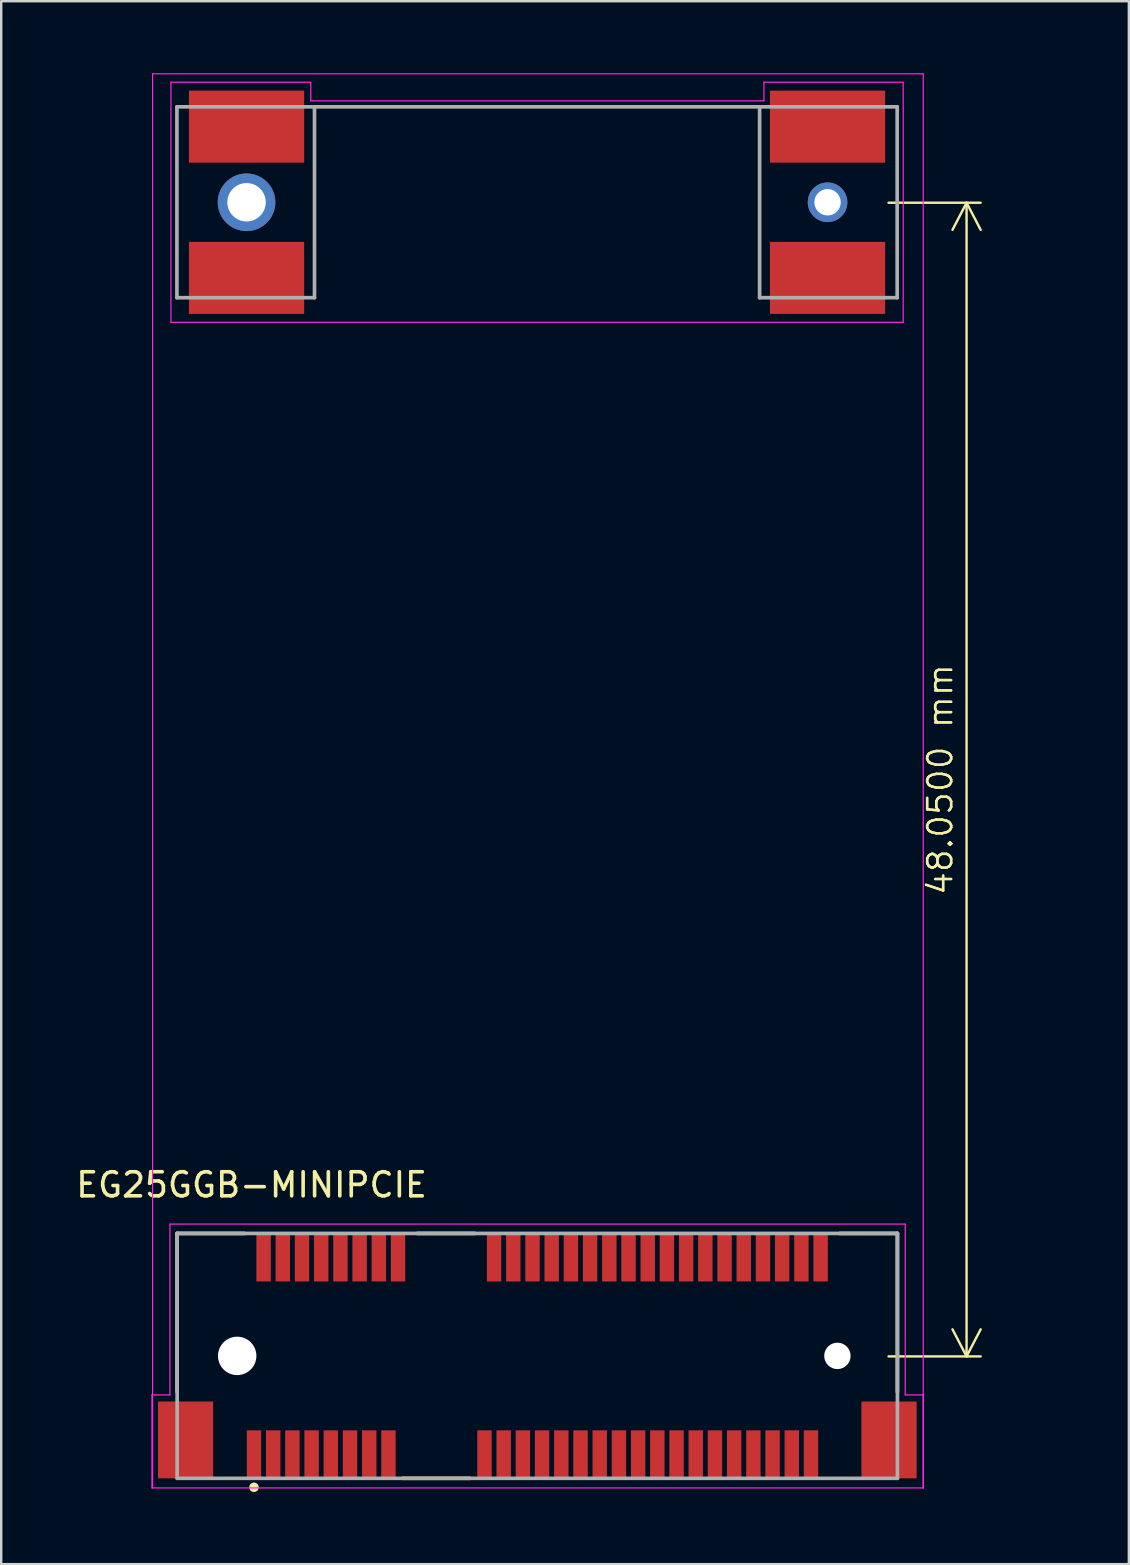
<source format=kicad_pcb>
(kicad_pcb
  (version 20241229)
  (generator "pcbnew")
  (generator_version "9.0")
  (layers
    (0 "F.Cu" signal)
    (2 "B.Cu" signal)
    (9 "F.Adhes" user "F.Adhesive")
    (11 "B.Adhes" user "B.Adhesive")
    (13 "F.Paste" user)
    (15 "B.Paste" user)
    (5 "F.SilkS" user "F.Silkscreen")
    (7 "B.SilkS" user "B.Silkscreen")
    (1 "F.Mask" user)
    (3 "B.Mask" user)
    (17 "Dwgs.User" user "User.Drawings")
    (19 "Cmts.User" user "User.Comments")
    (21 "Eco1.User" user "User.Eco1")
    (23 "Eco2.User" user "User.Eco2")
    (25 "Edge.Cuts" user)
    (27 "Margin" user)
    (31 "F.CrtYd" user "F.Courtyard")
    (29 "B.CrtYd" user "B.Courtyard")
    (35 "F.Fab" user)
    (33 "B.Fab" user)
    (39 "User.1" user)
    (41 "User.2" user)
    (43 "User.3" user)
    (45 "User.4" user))
  (footprint "EG25GGB-MINIPCIE"
    (layer "F.Cu")
    (at 17.529 53.425)
    (property "Reference" "EG25GGB-MINIPCIE" (at -10.1 -7.123 0) (layer "F.SilkS") (effects (font (size 1.002 1.002) (thickness 0.15))))
    (attr smd)
    (fp_line (start -13.2 -5.1) (end -10.4 -5.1) (stroke (width 0.152) (type solid)) (layer "F.SilkS"))
    (fp_line (start -13.2 1.5) (end -13.2 -5.1) (stroke (width 0.152) (type solid)) (layer "F.SilkS"))
    (fp_line (start -3.2 -5.1) (end -0.8 -5.1) (stroke (width 0.152) (type solid)) (layer "F.SilkS"))
    (fp_line (start -1 5.1) (end -3.8 5.1) (stroke (width 0.152) (type solid)) (layer "F.SilkS"))
    (fp_line (start 14.4 -5.1) (end 16.8 -5.1) (stroke (width 0.152) (type solid)) (layer "F.SilkS"))
    (fp_line (start 16.8 -5.1) (end 16.8 1.5) (stroke (width 0.152) (type solid)) (layer "F.SilkS"))
    (fp_circle (center -10 5.473) (end -9.9 5.473) (stroke (width 0.2) (type solid)) (fill no) (layer "F.SilkS"))
    (fp_line (start -14.25 1.625) (end -13.5 1.625) (stroke (width 0.05) (type solid)) (layer "F.CrtYd"))
    (fp_line (start -14.25 5.5) (end -14.25 1.625) (stroke (width 0.05) (type solid)) (layer "F.CrtYd"))
    (fp_line (start -14.224 -53.4) (end -14.224 5.5) (stroke (width 0.05) (type default)) (layer "F.CrtYd"))
    (fp_line (start -13.5 -5.49) (end 17.125 -5.49) (stroke (width 0.05) (type solid)) (layer "F.CrtYd"))
    (fp_line (start -13.5 1.625) (end -13.5 -5.49) (stroke (width 0.05) (type solid)) (layer "F.CrtYd"))
    (fp_line (start -13.46 -53.05) (end -13.46 -43.05) (stroke (width 0.05) (type solid)) (layer "F.CrtYd"))
    (fp_line (start -13.46 -53.05) (end -7.635 -53.05) (stroke (width 0.05) (type solid)) (layer "F.CrtYd"))
    (fp_line (start -13.46 -43.05) (end 17.04 -43.05) (stroke (width 0.05) (type solid)) (layer "F.CrtYd"))
    (fp_line (start -7.635 -53.05) (end -7.635 -52.275) (stroke (width 0.05) (type solid)) (layer "F.CrtYd"))
    (fp_line (start -7.635 -52.275) (end 11.24 -52.275) (stroke (width 0.05) (type solid)) (layer "F.CrtYd"))
    (fp_line (start 11.24 -53.05) (end 17.04 -53.05) (stroke (width 0.05) (type solid)) (layer "F.CrtYd"))
    (fp_line (start 11.24 -52.275) (end 11.24 -53.05) (stroke (width 0.05) (type solid)) (layer "F.CrtYd"))
    (fp_line (start 17.04 -43.05) (end 17.04 -53.05) (stroke (width 0.05) (type solid)) (layer "F.CrtYd"))
    (fp_line (start 17.125 -5.49) (end 17.125 1.625) (stroke (width 0.05) (type solid)) (layer "F.CrtYd"))
    (fp_line (start 17.125 1.625) (end 17.875 1.625) (stroke (width 0.05) (type solid)) (layer "F.CrtYd"))
    (fp_line (start 17.875 -53.4) (end -14.224 -53.4) (stroke (width 0.05) (type default)) (layer "F.CrtYd"))
    (fp_line (start 17.875 1.625) (end 17.875 5.5) (stroke (width 0.05) (type solid)) (layer "F.CrtYd"))
    (fp_line (start 17.875 5.5) (end -14.25 5.5) (stroke (width 0.05) (type solid)) (layer "F.CrtYd"))
    (fp_line (start 17.875 5.5) (end 17.875 -53.4) (stroke (width 0.05) (type default)) (layer "F.CrtYd"))
    (fp_line (start -13.21 -52.025) (end -13.21 -44.075) (stroke (width 0.152) (type solid)) (layer "F.Fab"))
    (fp_line (start -13.21 -52.025) (end -7.48 -52.025) (stroke (width 0.152) (type solid)) (layer "F.Fab"))
    (fp_line (start -13.21 -44.075) (end -7.48 -44.075) (stroke (width 0.152) (type solid)) (layer "F.Fab"))
    (fp_line (start -13.2 -5.1) (end 16.8 -5.1) (stroke (width 0.152) (type solid)) (layer "F.Fab"))
    (fp_line (start -13.2 5.1) (end -13.2 -5.1) (stroke (width 0.152) (type solid)) (layer "F.Fab"))
    (fp_line (start -7.48 -52.025) (end 11.06 -52.025) (stroke (width 0.152) (type solid)) (layer "F.Fab"))
    (fp_line (start -7.48 -44.075) (end -7.48 -52.025) (stroke (width 0.152) (type solid)) (layer "F.Fab"))
    (fp_line (start 11.06 -52.025) (end 16.79 -52.025) (stroke (width 0.152) (type solid)) (layer "F.Fab"))
    (fp_line (start 11.06 -44.075) (end 11.06 -52.025) (stroke (width 0.152) (type solid)) (layer "F.Fab"))
    (fp_line (start 16.79 -44.075) (end 11.06 -44.075) (stroke (width 0.152) (type solid)) (layer "F.Fab"))
    (fp_line (start 16.79 -44.075) (end 16.79 -52.025) (stroke (width 0.152) (type solid)) (layer "F.Fab"))
    (fp_line (start 16.8 -5.1) (end 16.8 5.1) (stroke (width 0.152) (type solid)) (layer "F.Fab"))
    (fp_line (start 16.8 5.1) (end -13.2 5.1) (stroke (width 0.152) (type solid)) (layer "F.Fab"))
    (dimension (type aligned) (layer "F.SilkS") (pts (xy 33.459 53.445) (xy 33.459 5.395)) (height 3.75) (format (prefix "") (suffix "") (units 3) (units_format 1) (precision 4)) (style (thickness 0.1) (arrow_length 1.27) (text_position_mode 0) (arrow_direction outward) (extension_height 0.586) (extension_offset 0.5) (keep_text_aligned yes)) (gr_text "48.0500 mm" (at 36.109 29.42 90) (layer "F.SilkS") (effects (font (size 1 1) (thickness 0.1)))))
    (pad "" np_thru_hole circle (at -10.7 0) (size 1.6 1.6) (drill 1.6) (layers "*.Cu" "*.Mask"))
    (pad "" np_thru_hole circle (at 14.3 0) (size 1.1 1.1) (drill 1.1) (layers "*.Cu" "*.Mask"))
    (pad "1" smd rect (at -10 4.1) (size 0.6 2) (layers "F.Cu" "F.Mask" "F.Paste"))
    (pad "2" smd rect (at -9.6 -4.1) (size 0.6 2) (layers "F.Cu" "F.Mask" "F.Paste"))
    (pad "3" smd rect (at -9.2 4.1) (size 0.6 2) (layers "F.Cu" "F.Mask" "F.Paste"))
    (pad "4" smd rect (at -8.8 -4.1) (size 0.6 2) (layers "F.Cu" "F.Mask" "F.Paste"))
    (pad "5" thru_hole circle (at -10.31 -48.05) (size 2.4 2.4) (drill 1.6) (layers "*.Cu" "*.Mask"))
    (pad "5" smd rect (at -8.4 4.1) (size 0.6 2) (layers "F.Cu" "F.Mask" "F.Paste"))
    (pad "6" smd rect (at -8 -4.1) (size 0.6 2) (layers "F.Cu" "F.Mask" "F.Paste"))
    (pad "6" thru_hole circle (at 13.89 -48.05) (size 1.65 1.65) (drill 1.1) (layers "*.Cu" "*.Mask"))
    (pad "7" smd rect (at -7.6 4.1) (size 0.6 2) (layers "F.Cu" "F.Mask" "F.Paste"))
    (pad "8" smd rect (at -7.2 -4.1) (size 0.6 2) (layers "F.Cu" "F.Mask" "F.Paste"))
    (pad "9" smd rect (at -6.8 4.1) (size 0.6 2) (layers "F.Cu" "F.Mask" "F.Paste"))
    (pad "10" smd rect (at -6.4 -4.1) (size 0.6 2) (layers "F.Cu" "F.Mask" "F.Paste"))
    (pad "11" smd rect (at -6 4.1) (size 0.6 2) (layers "F.Cu" "F.Mask" "F.Paste"))
    (pad "12" smd rect (at -5.6 -4.1) (size 0.6 2) (layers "F.Cu" "F.Mask" "F.Paste"))
    (pad "13" smd rect (at -5.2 4.1) (size 0.6 2) (layers "F.Cu" "F.Mask" "F.Paste"))
    (pad "14" smd rect (at -4.8 -4.1) (size 0.6 2) (layers "F.Cu" "F.Mask" "F.Paste"))
    (pad "15" smd rect (at -4.4 4.1) (size 0.6 2) (layers "F.Cu" "F.Mask" "F.Paste"))
    (pad "16" smd rect (at -4 -4.1) (size 0.6 2) (layers "F.Cu" "F.Mask" "F.Paste"))
    (pad "17" smd rect (at -0.4 4.1) (size 0.6 2) (layers "F.Cu" "F.Mask" "F.Paste"))
    (pad "18" smd rect (at 0 -4.1) (size 0.6 2) (layers "F.Cu" "F.Mask" "F.Paste"))
    (pad "19" smd rect (at 0.4 4.1) (size 0.6 2) (layers "F.Cu" "F.Mask" "F.Paste"))
    (pad "20" smd rect (at 0.8 -4.1) (size 0.6 2) (layers "F.Cu" "F.Mask" "F.Paste"))
    (pad "21" smd rect (at 1.2 4.1) (size 0.6 2) (layers "F.Cu" "F.Mask" "F.Paste"))
    (pad "22" smd rect (at 1.6 -4.1) (size 0.6 2) (layers "F.Cu" "F.Mask" "F.Paste"))
    (pad "23" smd rect (at 2 4.1) (size 0.6 2) (layers "F.Cu" "F.Mask" "F.Paste"))
    (pad "24" smd rect (at 2.4 -4.1) (size 0.6 2) (layers "F.Cu" "F.Mask" "F.Paste"))
    (pad "25" smd rect (at 2.8 4.1) (size 0.6 2) (layers "F.Cu" "F.Mask" "F.Paste"))
    (pad "26" smd rect (at 3.2 -4.1) (size 0.6 2) (layers "F.Cu" "F.Mask" "F.Paste"))
    (pad "27" smd rect (at 3.6 4.1) (size 0.6 2) (layers "F.Cu" "F.Mask" "F.Paste"))
    (pad "28" smd rect (at 4 -4.1) (size 0.6 2) (layers "F.Cu" "F.Mask" "F.Paste"))
    (pad "29" smd rect (at 4.4 4.1) (size 0.6 2) (layers "F.Cu" "F.Mask" "F.Paste"))
    (pad "30" smd rect (at 4.8 -4.1) (size 0.6 2) (layers "F.Cu" "F.Mask" "F.Paste"))
    (pad "31" smd rect (at 5.2 4.1) (size 0.6 2) (layers "F.Cu" "F.Mask" "F.Paste"))
    (pad "32" smd rect (at 5.6 -4.1) (size 0.6 2) (layers "F.Cu" "F.Mask" "F.Paste"))
    (pad "33" smd rect (at 6 4.1) (size 0.6 2) (layers "F.Cu" "F.Mask" "F.Paste"))
    (pad "34" smd rect (at 6.4 -4.1) (size 0.6 2) (layers "F.Cu" "F.Mask" "F.Paste"))
    (pad "35" smd rect (at 6.8 4.1) (size 0.6 2) (layers "F.Cu" "F.Mask" "F.Paste"))
    (pad "36" smd rect (at 7.2 -4.1) (size 0.6 2) (layers "F.Cu" "F.Mask" "F.Paste"))
    (pad "37" smd rect (at 7.6 4.1) (size 0.6 2) (layers "F.Cu" "F.Mask" "F.Paste"))
    (pad "38" smd rect (at 8 -4.1) (size 0.6 2) (layers "F.Cu" "F.Mask" "F.Paste"))
    (pad "39" smd rect (at 8.4 4.1) (size 0.6 2) (layers "F.Cu" "F.Mask" "F.Paste"))
    (pad "40" smd rect (at 8.8 -4.1) (size 0.6 2) (layers "F.Cu" "F.Mask" "F.Paste"))
    (pad "41" smd rect (at 9.2 4.1) (size 0.6 2) (layers "F.Cu" "F.Mask" "F.Paste"))
    (pad "42" smd rect (at 9.6 -4.1) (size 0.6 2) (layers "F.Cu" "F.Mask" "F.Paste"))
    (pad "43" smd rect (at 10 4.1) (size 0.6 2) (layers "F.Cu" "F.Mask" "F.Paste"))
    (pad "44" smd rect (at 10.4 -4.1) (size 0.6 2) (layers "F.Cu" "F.Mask" "F.Paste"))
    (pad "45" smd rect (at 10.8 4.1) (size 0.6 2) (layers "F.Cu" "F.Mask" "F.Paste"))
    (pad "46" smd rect (at 11.2 -4.1) (size 0.6 2) (layers "F.Cu" "F.Mask" "F.Paste"))
    (pad "47" smd rect (at 11.6 4.1) (size 0.6 2) (layers "F.Cu" "F.Mask" "F.Paste"))
    (pad "48" smd rect (at 12 -4.1) (size 0.6 2) (layers "F.Cu" "F.Mask" "F.Paste"))
    (pad "49" smd rect (at 12.4 4.1) (size 0.6 2) (layers "F.Cu" "F.Mask" "F.Paste"))
    (pad "50" smd rect (at 12.8 -4.1) (size 0.6 2) (layers "F.Cu" "F.Mask" "F.Paste"))
    (pad "51" smd rect (at 13.2 4.1) (size 0.6 2) (layers "F.Cu" "F.Mask" "F.Paste"))
    (pad "52" smd rect (at 13.6 -4.1) (size 0.6 2) (layers "F.Cu" "F.Mask" "F.Paste"))
    (pad "53" smd rect (at -12.85 3.5) (size 2.3 3.2) (layers "F.Cu" "F.Mask" "F.Paste"))
    (pad "54" smd rect (at 16.45 3.5) (size 2.3 3.2) (layers "F.Cu" "F.Mask" "F.Paste"))
    (pad "55" smd rect (at -10.31 -51.2) (size 4.8 3) (layers "F.Cu" "F.Mask" "F.Paste"))
    (pad "55" smd rect (at -10.31 -44.9) (size 4.8 3) (layers "F.Cu" "F.Mask" "F.Paste"))
    (pad "55" smd rect (at 13.89 -51.2) (size 4.8 3) (layers "F.Cu" "F.Mask" "F.Paste"))
    (pad "55" smd rect (at 13.89 -44.9) (size 4.8 3) (layers "F.Cu" "F.Mask" "F.Paste")))
  (gr_rect
    (start -3 -3)
    (end 43.968 62.098)
    (stroke (width 0.1) (type default))
    (fill no)
    (layer "Edge.Cuts")))
</source>
